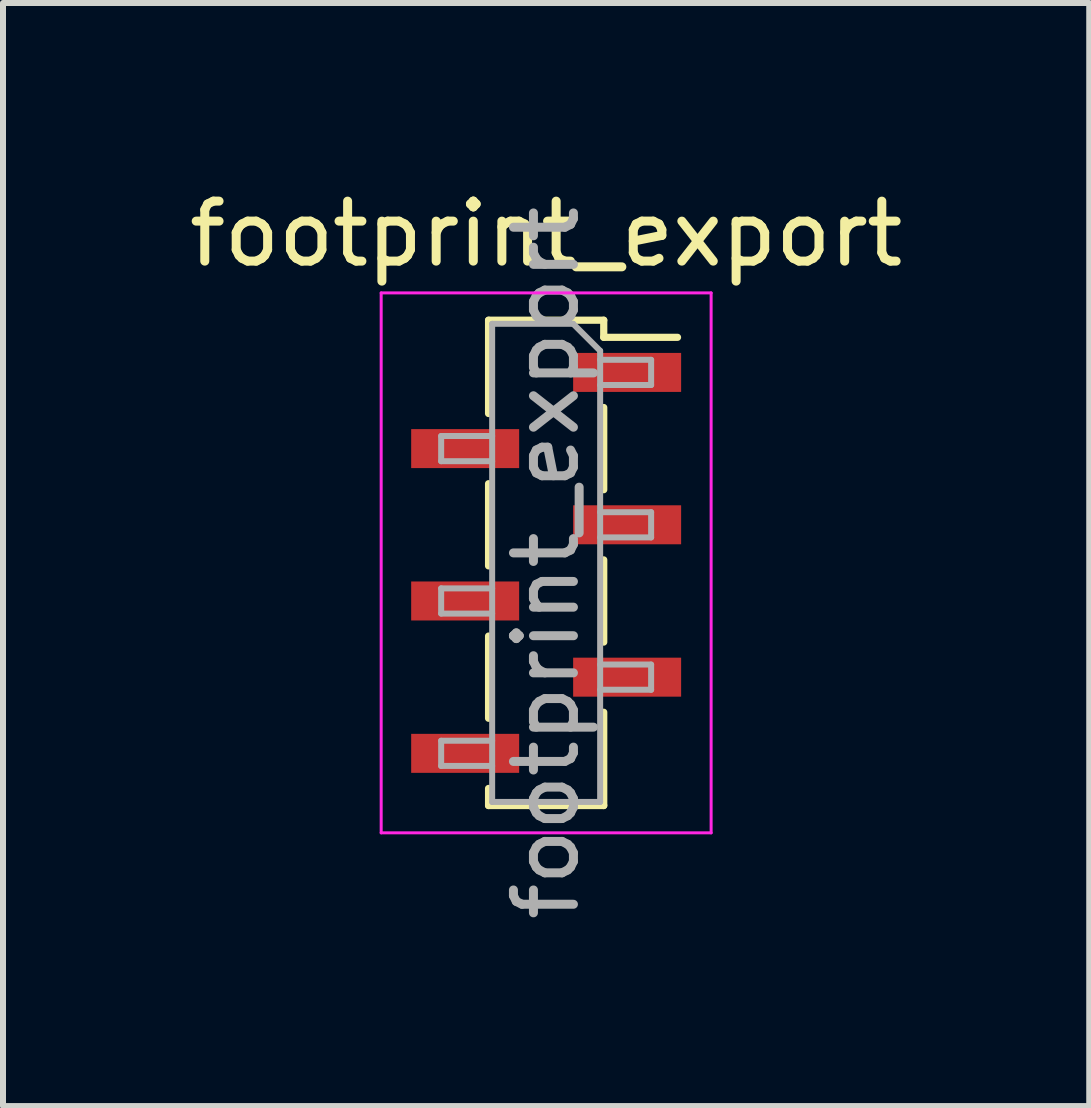
<source format=kicad_pcb>
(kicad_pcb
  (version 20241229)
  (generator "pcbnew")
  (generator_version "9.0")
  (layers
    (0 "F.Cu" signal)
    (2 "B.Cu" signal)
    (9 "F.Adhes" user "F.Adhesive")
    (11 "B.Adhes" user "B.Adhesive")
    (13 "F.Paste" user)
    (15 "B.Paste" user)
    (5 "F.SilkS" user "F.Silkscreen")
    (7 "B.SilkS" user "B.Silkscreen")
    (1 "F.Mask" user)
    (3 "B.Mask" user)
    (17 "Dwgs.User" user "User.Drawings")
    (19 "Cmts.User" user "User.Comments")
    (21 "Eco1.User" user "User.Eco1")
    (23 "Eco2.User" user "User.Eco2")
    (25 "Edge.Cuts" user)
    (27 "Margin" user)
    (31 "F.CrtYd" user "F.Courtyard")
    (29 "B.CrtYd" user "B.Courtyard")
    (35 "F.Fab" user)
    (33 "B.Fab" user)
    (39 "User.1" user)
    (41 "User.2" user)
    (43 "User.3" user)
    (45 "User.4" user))
  (footprint "footprint_export"
    (layer "F.Cu")
    (at 6.054 6.333)
    (property "Reference" "footprint_export" (at 0 -5.485 0) (layer "F.SilkS") (effects (font (size 1 1) (thickness 0.15))))
    (attr smd)
    (fp_line (start -0.96 -4.045) (end -0.96 -2.49) (stroke (width 0.12) (type solid)) (layer "F.SilkS"))
    (fp_line (start -0.96 -4.045) (end 0.96 -4.045) (stroke (width 0.12) (type solid)) (layer "F.SilkS"))
    (fp_line (start -0.96 -1.32) (end -0.96 0.05) (stroke (width 0.12) (type solid)) (layer "F.SilkS"))
    (fp_line (start -0.96 1.22) (end -0.96 2.59) (stroke (width 0.12) (type solid)) (layer "F.SilkS"))
    (fp_line (start -0.96 3.76) (end -0.96 4.045) (stroke (width 0.12) (type solid)) (layer "F.SilkS"))
    (fp_line (start -0.96 4.045) (end 0.96 4.045) (stroke (width 0.12) (type solid)) (layer "F.SilkS"))
    (fp_line (start 0.96 -4.045) (end 0.96 -3.76) (stroke (width 0.12) (type solid)) (layer "F.SilkS"))
    (fp_line (start 0.96 -3.76) (end 2.19 -3.76) (stroke (width 0.12) (type solid)) (layer "F.SilkS"))
    (fp_line (start 0.96 -2.59) (end 0.96 -1.22) (stroke (width 0.12) (type solid)) (layer "F.SilkS"))
    (fp_line (start 0.96 -0.05) (end 0.96 1.32) (stroke (width 0.12) (type solid)) (layer "F.SilkS"))
    (fp_line (start 0.96 2.49) (end 0.96 4.045) (stroke (width 0.12) (type solid)) (layer "F.SilkS"))
    (fp_line (start -2.75 -4.5) (end 2.75 -4.5) (stroke (width 0.05) (type solid)) (layer "F.CrtYd"))
    (fp_line (start -2.75 4.5) (end -2.75 -4.5) (stroke (width 0.05) (type solid)) (layer "F.CrtYd"))
    (fp_line (start 2.75 -4.5) (end 2.75 4.5) (stroke (width 0.05) (type solid)) (layer "F.CrtYd"))
    (fp_line (start 2.75 4.5) (end -2.75 4.5) (stroke (width 0.05) (type solid)) (layer "F.CrtYd"))
    (fp_line (start -1.75 -2.115) (end -0.9 -2.115) (stroke (width 0.1) (type solid)) (layer "F.Fab"))
    (fp_line (start -1.75 -1.695) (end -1.75 -2.115) (stroke (width 0.1) (type solid)) (layer "F.Fab"))
    (fp_line (start -1.75 0.425) (end -0.9 0.425) (stroke (width 0.1) (type solid)) (layer "F.Fab"))
    (fp_line (start -1.75 0.845) (end -1.75 0.425) (stroke (width 0.1) (type solid)) (layer "F.Fab"))
    (fp_line (start -1.75 2.965) (end -0.9 2.965) (stroke (width 0.1) (type solid)) (layer "F.Fab"))
    (fp_line (start -1.75 3.385) (end -1.75 2.965) (stroke (width 0.1) (type solid)) (layer "F.Fab"))
    (fp_line (start -0.9 -3.985) (end 0.45 -3.985) (stroke (width 0.1) (type solid)) (layer "F.Fab"))
    (fp_line (start -0.9 -1.695) (end -1.75 -1.695) (stroke (width 0.1) (type solid)) (layer "F.Fab"))
    (fp_line (start -0.9 0.845) (end -1.75 0.845) (stroke (width 0.1) (type solid)) (layer "F.Fab"))
    (fp_line (start -0.9 3.385) (end -1.75 3.385) (stroke (width 0.1) (type solid)) (layer "F.Fab"))
    (fp_line (start -0.9 3.985) (end -0.9 -3.985) (stroke (width 0.1) (type solid)) (layer "F.Fab"))
    (fp_line (start 0.45 -3.985) (end 0.9 -3.535) (stroke (width 0.1) (type solid)) (layer "F.Fab"))
    (fp_line (start 0.9 -3.535) (end 0.9 3.985) (stroke (width 0.1) (type solid)) (layer "F.Fab"))
    (fp_line (start 0.9 -3.385) (end 1.75 -3.385) (stroke (width 0.1) (type solid)) (layer "F.Fab"))
    (fp_line (start 0.9 -0.845) (end 1.75 -0.845) (stroke (width 0.1) (type solid)) (layer "F.Fab"))
    (fp_line (start 0.9 1.695) (end 1.75 1.695) (stroke (width 0.1) (type solid)) (layer "F.Fab"))
    (fp_line (start 0.9 3.985) (end -0.9 3.985) (stroke (width 0.1) (type solid)) (layer "F.Fab"))
    (fp_line (start 1.75 -3.385) (end 1.75 -2.965) (stroke (width 0.1) (type solid)) (layer "F.Fab"))
    (fp_line (start 1.75 -2.965) (end 0.9 -2.965) (stroke (width 0.1) (type solid)) (layer "F.Fab"))
    (fp_line (start 1.75 -0.845) (end 1.75 -0.425) (stroke (width 0.1) (type solid)) (layer "F.Fab"))
    (fp_line (start 1.75 -0.425) (end 0.9 -0.425) (stroke (width 0.1) (type solid)) (layer "F.Fab"))
    (fp_line (start 1.75 1.695) (end 1.75 2.115) (stroke (width 0.1) (type solid)) (layer "F.Fab"))
    (fp_line (start 1.75 2.115) (end 0.9 2.115) (stroke (width 0.1) (type solid)) (layer "F.Fab"))
    (fp_text user "${REFERENCE}" (at 0 0 90) (layer "F.Fab") (effects (font (size 1 1) (thickness 0.15))))
    (pad "1" smd rect (at 1.35 -3.175) (size 1.8 0.65) (layers "F.Cu" "F.Mask" "F.Paste"))
    (pad "2" smd rect (at -1.35 -1.905) (size 1.8 0.65) (layers "F.Cu" "F.Mask" "F.Paste"))
    (pad "3" smd rect (at 1.35 -0.635) (size 1.8 0.65) (layers "F.Cu" "F.Mask" "F.Paste"))
    (pad "4" smd rect (at -1.35 0.635) (size 1.8 0.65) (layers "F.Cu" "F.Mask" "F.Paste"))
    (pad "5" smd rect (at 1.35 1.905) (size 1.8 0.65) (layers "F.Cu" "F.Mask" "F.Paste"))
    (pad "6" smd rect (at -1.35 3.175) (size 1.8 0.65) (layers "F.Cu" "F.Mask" "F.Paste")))
  (gr_rect
    (start -3 -3)
    (end 15.107 15.387)
    (stroke (width 0.1) (type default))
    (fill no)
    (layer "Edge.Cuts")))
</source>
